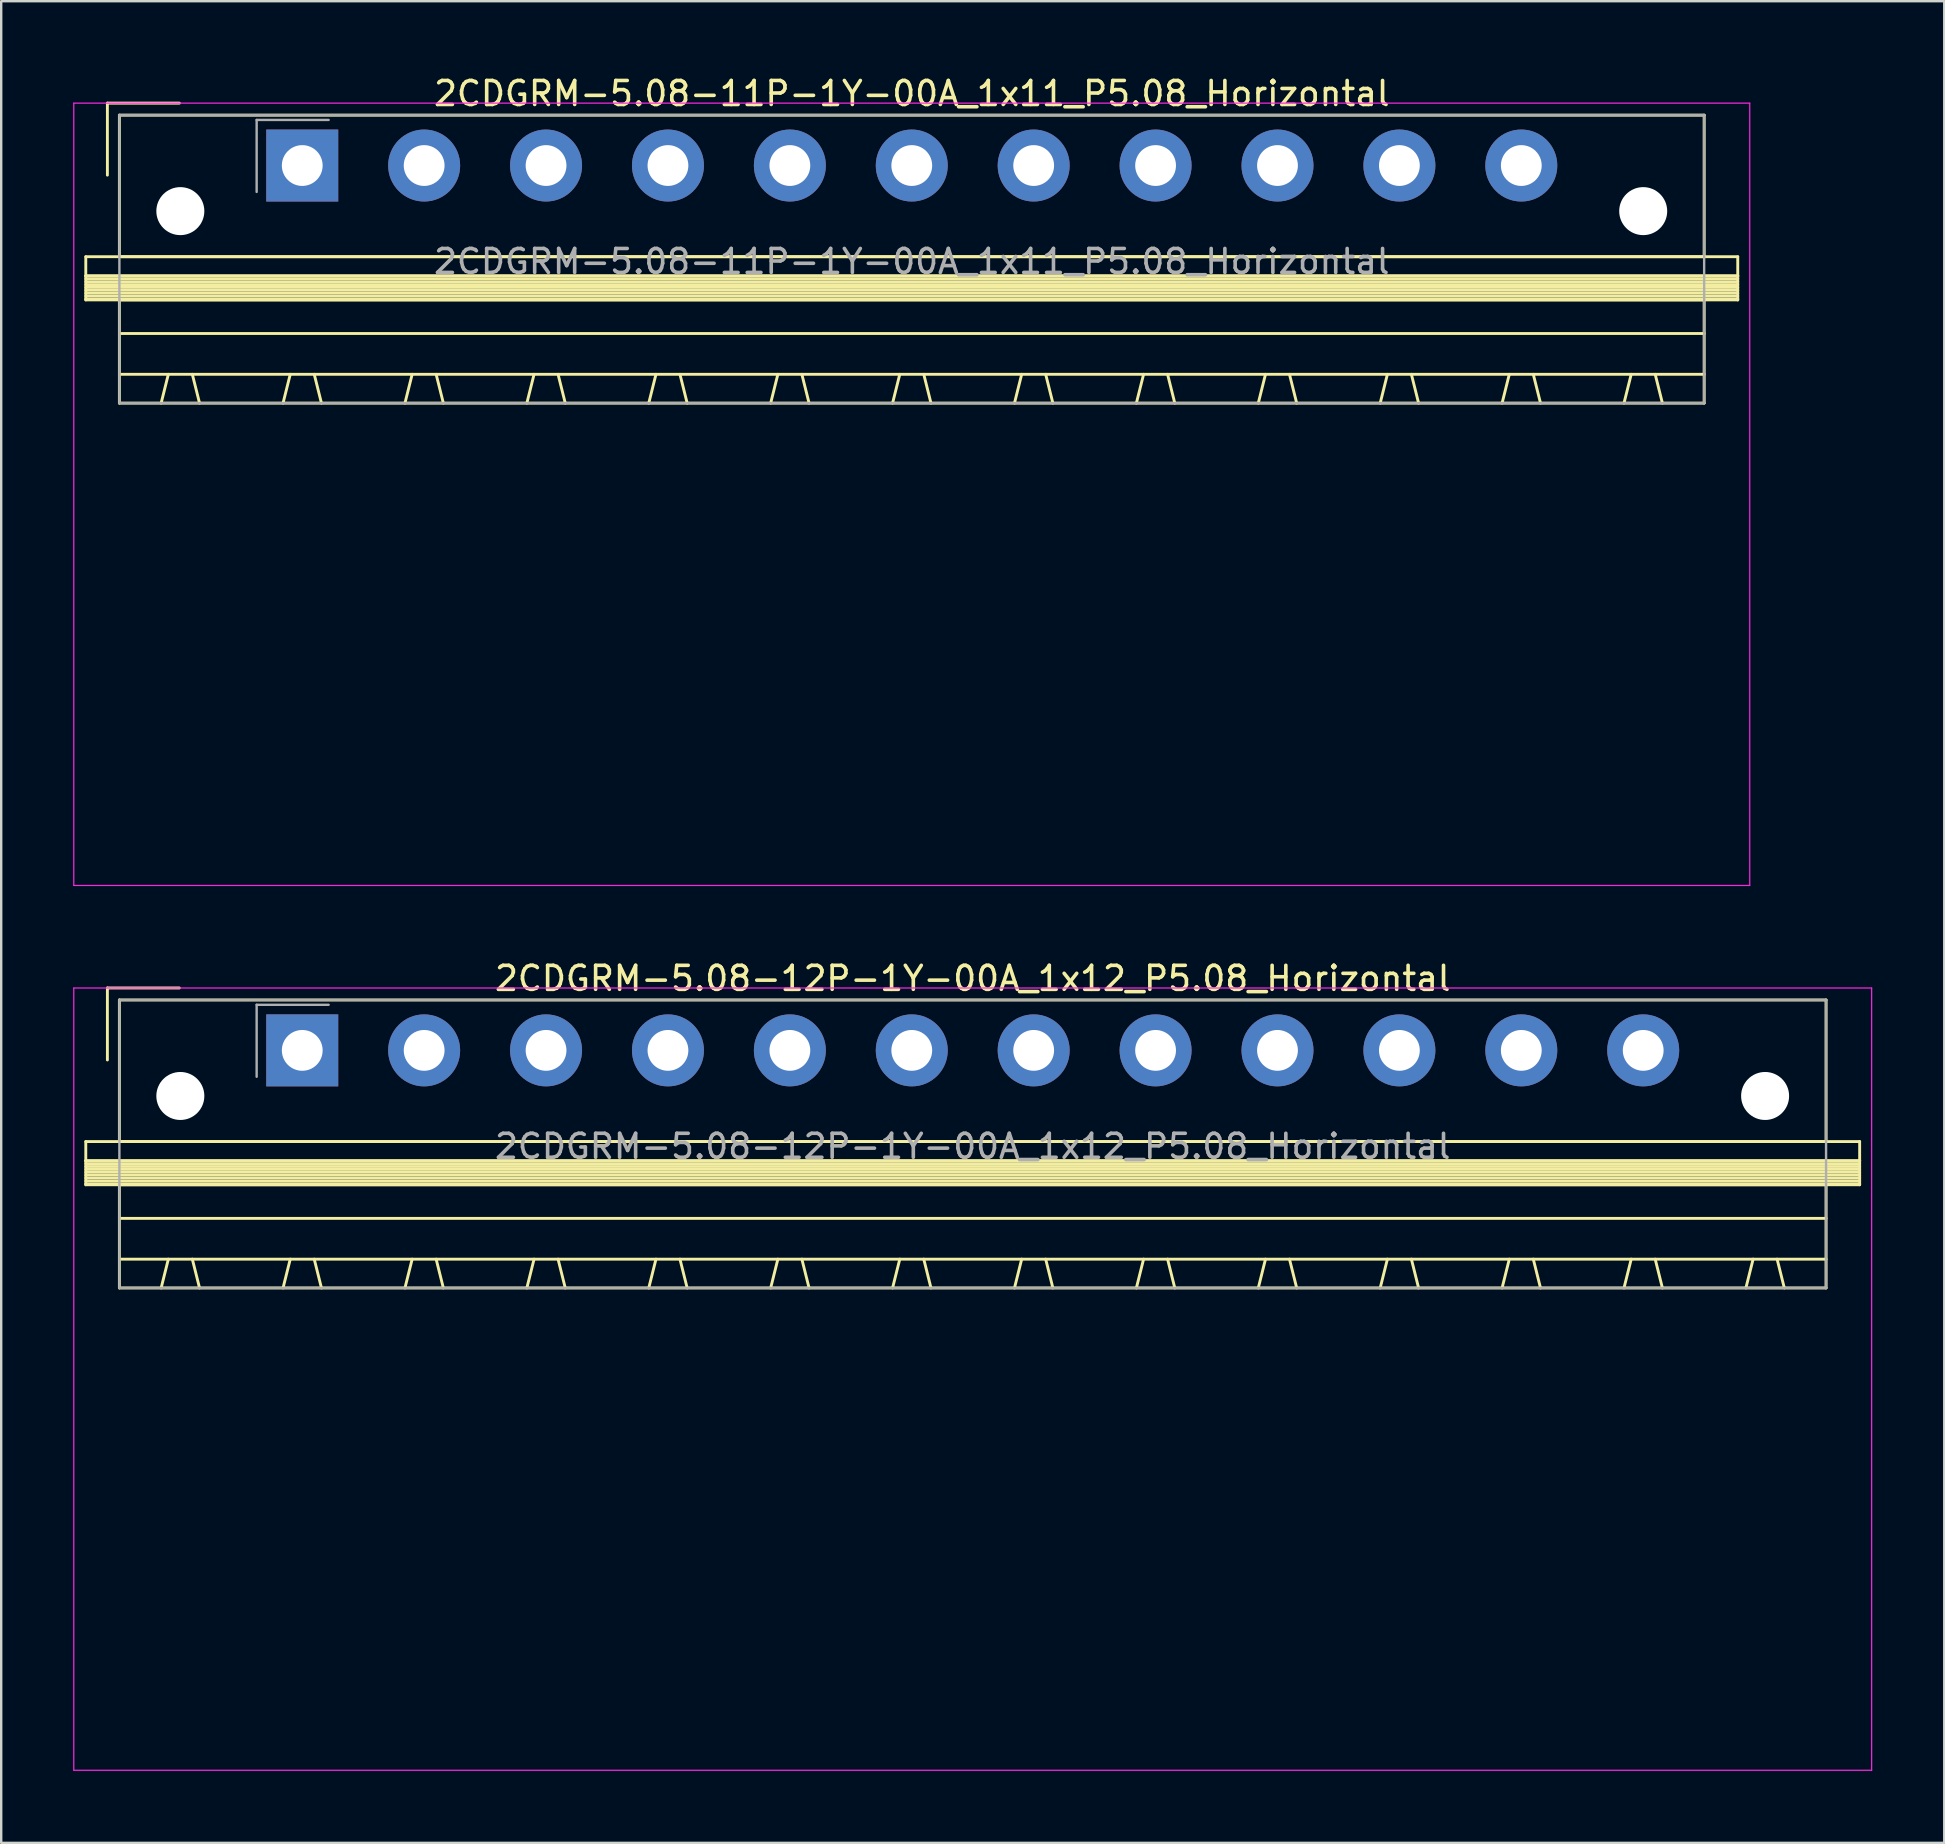
<source format=kicad_pcb>
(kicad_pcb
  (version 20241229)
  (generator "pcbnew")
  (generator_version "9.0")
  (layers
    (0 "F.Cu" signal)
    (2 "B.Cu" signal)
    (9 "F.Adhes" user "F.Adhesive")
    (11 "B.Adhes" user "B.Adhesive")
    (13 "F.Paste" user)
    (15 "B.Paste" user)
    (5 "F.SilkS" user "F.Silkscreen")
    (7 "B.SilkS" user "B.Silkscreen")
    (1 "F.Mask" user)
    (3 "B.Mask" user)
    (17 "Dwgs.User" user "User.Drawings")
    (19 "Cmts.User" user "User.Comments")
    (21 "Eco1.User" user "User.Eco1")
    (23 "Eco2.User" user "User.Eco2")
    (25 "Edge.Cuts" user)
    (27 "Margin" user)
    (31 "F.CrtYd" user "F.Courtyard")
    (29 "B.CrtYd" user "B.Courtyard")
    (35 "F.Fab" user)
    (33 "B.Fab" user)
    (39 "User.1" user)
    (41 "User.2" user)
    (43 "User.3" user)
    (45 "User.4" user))
  (footprint "2CDGRM-5.08-11P-1Y-00A_1x11_P5.08_Horizontal"
    (layer "F.Cu")
    (at 9.545 3.848)
    (property "Reference" "2CDGRM-5.08-11P-1Y-00A_1x11_P5.08_Horizontal" (at 25.4 -3 0) (layer "F.SilkS") (effects (font (size 1 1) (thickness 0.15))))
    (attr through_hole)
    (fp_line (start -9.02 3.8) (end -9.02 4.6) (stroke (width 0.12) (type solid)) (layer "F.SilkS"))
    (fp_line (start -9.02 4.6) (end -9.02 5.6) (stroke (width 0.12) (type solid)) (layer "F.SilkS"))
    (fp_line (start -9.02 4.6) (end 59.82 4.6) (stroke (width 0.12) (type solid)) (layer "F.SilkS"))
    (fp_line (start -9.02 4.72) (end 59.82 4.72) (stroke (width 0.12) (type solid)) (layer "F.SilkS"))
    (fp_line (start -9.02 4.84) (end 59.82 4.84) (stroke (width 0.12) (type solid)) (layer "F.SilkS"))
    (fp_line (start -9.02 4.96) (end 59.82 4.96) (stroke (width 0.12) (type solid)) (layer "F.SilkS"))
    (fp_line (start -9.02 5.08) (end 59.82 5.08) (stroke (width 0.12) (type solid)) (layer "F.SilkS"))
    (fp_line (start -9.02 5.2) (end 59.82 5.2) (stroke (width 0.12) (type solid)) (layer "F.SilkS"))
    (fp_line (start -9.02 5.32) (end 59.82 5.32) (stroke (width 0.12) (type solid)) (layer "F.SilkS"))
    (fp_line (start -9.02 5.44) (end 59.82 5.44) (stroke (width 0.12) (type solid)) (layer "F.SilkS"))
    (fp_line (start -9.02 5.56) (end 59.82 5.56) (stroke (width 0.12) (type solid)) (layer "F.SilkS"))
    (fp_line (start -9.02 5.6) (end 59.82 5.6) (stroke (width 0.12) (type solid)) (layer "F.SilkS"))
    (fp_line (start -8.12 -2.6) (end -8.12 0.4) (stroke (width 0.12) (type solid)) (layer "F.SilkS"))
    (fp_line (start -8.12 -2.6) (end -5.12 -2.6) (stroke (width 0.12) (type solid)) (layer "F.SilkS"))
    (fp_line (start -7.62 -2.1) (end -7.62 3.8) (stroke (width 0.12) (type solid)) (layer "F.SilkS"))
    (fp_line (start -7.62 3.8) (end 58.42 3.8) (stroke (width 0.12) (type solid)) (layer "F.SilkS"))
    (fp_line (start -7.62 5.6) (end -7.62 9.9) (stroke (width 0.12) (type solid)) (layer "F.SilkS"))
    (fp_line (start -7.62 7) (end 58.42 7) (stroke (width 0.12) (type solid)) (layer "F.SilkS"))
    (fp_line (start -7.62 8.7) (end 58.42 8.7) (stroke (width 0.12) (type solid)) (layer "F.SilkS"))
    (fp_line (start -7.62 9.9) (end 58.42 9.9) (stroke (width 0.12) (type solid)) (layer "F.SilkS"))
    (fp_line (start -5.58 8.7) (end -5.88 9.9) (stroke (width 0.12) (type solid)) (layer "F.SilkS"))
    (fp_line (start -4.58 8.7) (end -4.28 9.9) (stroke (width 0.12) (type solid)) (layer "F.SilkS"))
    (fp_line (start -0.5 8.7) (end -0.8 9.9) (stroke (width 0.12) (type solid)) (layer "F.SilkS"))
    (fp_line (start 0.5 8.7) (end 0.8 9.9) (stroke (width 0.12) (type solid)) (layer "F.SilkS"))
    (fp_line (start 4.58 8.7) (end 4.28 9.9) (stroke (width 0.12) (type solid)) (layer "F.SilkS"))
    (fp_line (start 5.58 8.7) (end 5.88 9.9) (stroke (width 0.12) (type solid)) (layer "F.SilkS"))
    (fp_line (start 9.66 8.7) (end 9.36 9.9) (stroke (width 0.12) (type solid)) (layer "F.SilkS"))
    (fp_line (start 10.66 8.7) (end 10.96 9.9) (stroke (width 0.12) (type solid)) (layer "F.SilkS"))
    (fp_line (start 14.74 8.7) (end 14.44 9.9) (stroke (width 0.12) (type solid)) (layer "F.SilkS"))
    (fp_line (start 15.74 8.7) (end 16.04 9.9) (stroke (width 0.12) (type solid)) (layer "F.SilkS"))
    (fp_line (start 19.82 8.7) (end 19.52 9.9) (stroke (width 0.12) (type solid)) (layer "F.SilkS"))
    (fp_line (start 20.82 8.7) (end 21.12 9.9) (stroke (width 0.12) (type solid)) (layer "F.SilkS"))
    (fp_line (start 24.9 8.7) (end 24.6 9.9) (stroke (width 0.12) (type solid)) (layer "F.SilkS"))
    (fp_line (start 25.9 8.7) (end 26.2 9.9) (stroke (width 0.12) (type solid)) (layer "F.SilkS"))
    (fp_line (start 29.98 8.7) (end 29.68 9.9) (stroke (width 0.12) (type solid)) (layer "F.SilkS"))
    (fp_line (start 30.98 8.7) (end 31.28 9.9) (stroke (width 0.12) (type solid)) (layer "F.SilkS"))
    (fp_line (start 35.06 8.7) (end 34.76 9.9) (stroke (width 0.12) (type solid)) (layer "F.SilkS"))
    (fp_line (start 36.06 8.7) (end 36.36 9.9) (stroke (width 0.12) (type solid)) (layer "F.SilkS"))
    (fp_line (start 40.14 8.7) (end 39.84 9.9) (stroke (width 0.12) (type solid)) (layer "F.SilkS"))
    (fp_line (start 41.14 8.7) (end 41.44 9.9) (stroke (width 0.12) (type solid)) (layer "F.SilkS"))
    (fp_line (start 45.22 8.7) (end 44.92 9.9) (stroke (width 0.12) (type solid)) (layer "F.SilkS"))
    (fp_line (start 46.22 8.7) (end 46.52 9.9) (stroke (width 0.12) (type solid)) (layer "F.SilkS"))
    (fp_line (start 50.3 8.7) (end 50 9.9) (stroke (width 0.12) (type solid)) (layer "F.SilkS"))
    (fp_line (start 51.3 8.7) (end 51.6 9.9) (stroke (width 0.12) (type solid)) (layer "F.SilkS"))
    (fp_line (start 55.38 8.7) (end 55.08 9.9) (stroke (width 0.12) (type solid)) (layer "F.SilkS"))
    (fp_line (start 56.38 8.7) (end 56.68 9.9) (stroke (width 0.12) (type solid)) (layer "F.SilkS"))
    (fp_line (start 58.42 -2.1) (end -7.62 -2.1) (stroke (width 0.12) (type solid)) (layer "F.SilkS"))
    (fp_line (start 58.42 3.8) (end 58.42 -2.1) (stroke (width 0.12) (type solid)) (layer "F.SilkS"))
    (fp_line (start 58.42 5.6) (end -7.62 5.6) (stroke (width 0.12) (type solid)) (layer "F.SilkS"))
    (fp_line (start 58.42 9.9) (end 58.42 5.6) (stroke (width 0.12) (type solid)) (layer "F.SilkS"))
    (fp_line (start 59.82 3.8) (end -9.02 3.8) (stroke (width 0.12) (type solid)) (layer "F.SilkS"))
    (fp_line (start 59.82 4.6) (end -9.02 4.6) (stroke (width 0.12) (type solid)) (layer "F.SilkS"))
    (fp_line (start 59.82 4.6) (end 59.82 3.8) (stroke (width 0.12) (type solid)) (layer "F.SilkS"))
    (fp_line (start 59.82 5.6) (end 59.82 4.6) (stroke (width 0.12) (type solid)) (layer "F.SilkS"))
    (fp_line (start -9.52 -2.6) (end -9.52 30) (stroke (width 0.05) (type solid)) (layer "F.CrtYd"))
    (fp_line (start -9.52 30) (end 60.32 30) (stroke (width 0.05) (type solid)) (layer "F.CrtYd"))
    (fp_line (start 60.32 -2.6) (end -9.52 -2.6) (stroke (width 0.05) (type solid)) (layer "F.CrtYd"))
    (fp_line (start 60.32 30) (end 60.32 -2.6) (stroke (width 0.05) (type solid)) (layer "F.CrtYd"))
    (fp_line (start -7.62 -2.1) (end -7.62 9.9) (stroke (width 0.1) (type solid)) (layer "F.Fab"))
    (fp_line (start -7.62 9.9) (end 58.42 9.9) (stroke (width 0.1) (type solid)) (layer "F.Fab"))
    (fp_line (start -1.9 -1.9) (end -1.9 1.1) (stroke (width 0.1) (type solid)) (layer "F.Fab"))
    (fp_line (start -1.9 -1.9) (end 1.1 -1.9) (stroke (width 0.1) (type solid)) (layer "F.Fab"))
    (fp_line (start 58.42 -2.1) (end -7.62 -2.1) (stroke (width 0.1) (type solid)) (layer "F.Fab"))
    (fp_line (start 58.42 9.9) (end 58.42 -2.1) (stroke (width 0.1) (type solid)) (layer "F.Fab"))
    (fp_text user "${REFERENCE}" (at 25.4 4 0) (layer "F.Fab") (effects (font (size 1 1) (thickness 0.15))))
    (pad "" np_thru_hole circle (at -5.08 1.9) (size 2 2) (drill 2) (layers "*.Cu" "*.Mask"))
    (pad "" np_thru_hole circle (at 55.88 1.9) (size 2 2) (drill 2) (layers "*.Cu" "*.Mask"))
    (pad "1" thru_hole rect (at 0 0) (size 3 3) (drill 1.7) (layers "*.Cu" "*.Mask"))
    (pad "2" thru_hole circle (at 5.08 0) (size 3 3) (drill 1.7) (layers "*.Cu" "*.Mask"))
    (pad "3" thru_hole circle (at 10.16 0) (size 3 3) (drill 1.7) (layers "*.Cu" "*.Mask"))
    (pad "4" thru_hole circle (at 15.24 0) (size 3 3) (drill 1.7) (layers "*.Cu" "*.Mask"))
    (pad "5" thru_hole circle (at 20.32 0) (size 3 3) (drill 1.7) (layers "*.Cu" "*.Mask"))
    (pad "6" thru_hole circle (at 25.4 0) (size 3 3) (drill 1.7) (layers "*.Cu" "*.Mask"))
    (pad "7" thru_hole circle (at 30.48 0) (size 3 3) (drill 1.7) (layers "*.Cu" "*.Mask"))
    (pad "8" thru_hole circle (at 35.56 0) (size 3 3) (drill 1.7) (layers "*.Cu" "*.Mask"))
    (pad "9" thru_hole circle (at 40.64 0) (size 3 3) (drill 1.7) (layers "*.Cu" "*.Mask"))
    (pad "10" thru_hole circle (at 45.72 0) (size 3 3) (drill 1.7) (layers "*.Cu" "*.Mask"))
    (pad "11" thru_hole circle (at 50.8 0) (size 3 3) (drill 1.7) (layers "*.Cu" "*.Mask")))
  (footprint "2CDGRM-5.08-12P-1Y-00A_1x12_P5.08_Horizontal"
    (layer "F.Cu")
    (at 9.545 40.721)
    (property "Reference" "2CDGRM-5.08-12P-1Y-00A_1x12_P5.08_Horizontal" (at 27.94 -3 0) (layer "F.SilkS") (effects (font (size 1 1) (thickness 0.15))))
    (attr through_hole)
    (fp_line (start -9.02 3.8) (end -9.02 4.6) (stroke (width 0.12) (type solid)) (layer "F.SilkS"))
    (fp_line (start -9.02 4.6) (end -9.02 5.6) (stroke (width 0.12) (type solid)) (layer "F.SilkS"))
    (fp_line (start -9.02 4.6) (end 64.9 4.6) (stroke (width 0.12) (type solid)) (layer "F.SilkS"))
    (fp_line (start -9.02 4.72) (end 64.9 4.72) (stroke (width 0.12) (type solid)) (layer "F.SilkS"))
    (fp_line (start -9.02 4.84) (end 64.9 4.84) (stroke (width 0.12) (type solid)) (layer "F.SilkS"))
    (fp_line (start -9.02 4.96) (end 64.9 4.96) (stroke (width 0.12) (type solid)) (layer "F.SilkS"))
    (fp_line (start -9.02 5.08) (end 64.9 5.08) (stroke (width 0.12) (type solid)) (layer "F.SilkS"))
    (fp_line (start -9.02 5.2) (end 64.9 5.2) (stroke (width 0.12) (type solid)) (layer "F.SilkS"))
    (fp_line (start -9.02 5.32) (end 64.9 5.32) (stroke (width 0.12) (type solid)) (layer "F.SilkS"))
    (fp_line (start -9.02 5.44) (end 64.9 5.44) (stroke (width 0.12) (type solid)) (layer "F.SilkS"))
    (fp_line (start -9.02 5.56) (end 64.9 5.56) (stroke (width 0.12) (type solid)) (layer "F.SilkS"))
    (fp_line (start -9.02 5.6) (end 64.9 5.6) (stroke (width 0.12) (type solid)) (layer "F.SilkS"))
    (fp_line (start -8.12 -2.6) (end -8.12 0.4) (stroke (width 0.12) (type solid)) (layer "F.SilkS"))
    (fp_line (start -8.12 -2.6) (end -5.12 -2.6) (stroke (width 0.12) (type solid)) (layer "F.SilkS"))
    (fp_line (start -7.62 -2.1) (end -7.62 3.8) (stroke (width 0.12) (type solid)) (layer "F.SilkS"))
    (fp_line (start -7.62 3.8) (end 63.5 3.8) (stroke (width 0.12) (type solid)) (layer "F.SilkS"))
    (fp_line (start -7.62 5.6) (end -7.62 9.9) (stroke (width 0.12) (type solid)) (layer "F.SilkS"))
    (fp_line (start -7.62 7) (end 63.5 7) (stroke (width 0.12) (type solid)) (layer "F.SilkS"))
    (fp_line (start -7.62 8.7) (end 63.5 8.7) (stroke (width 0.12) (type solid)) (layer "F.SilkS"))
    (fp_line (start -7.62 9.9) (end 63.5 9.9) (stroke (width 0.12) (type solid)) (layer "F.SilkS"))
    (fp_line (start -5.58 8.7) (end -5.88 9.9) (stroke (width 0.12) (type solid)) (layer "F.SilkS"))
    (fp_line (start -4.58 8.7) (end -4.28 9.9) (stroke (width 0.12) (type solid)) (layer "F.SilkS"))
    (fp_line (start -0.5 8.7) (end -0.8 9.9) (stroke (width 0.12) (type solid)) (layer "F.SilkS"))
    (fp_line (start 0.5 8.7) (end 0.8 9.9) (stroke (width 0.12) (type solid)) (layer "F.SilkS"))
    (fp_line (start 4.58 8.7) (end 4.28 9.9) (stroke (width 0.12) (type solid)) (layer "F.SilkS"))
    (fp_line (start 5.58 8.7) (end 5.88 9.9) (stroke (width 0.12) (type solid)) (layer "F.SilkS"))
    (fp_line (start 9.66 8.7) (end 9.36 9.9) (stroke (width 0.12) (type solid)) (layer "F.SilkS"))
    (fp_line (start 10.66 8.7) (end 10.96 9.9) (stroke (width 0.12) (type solid)) (layer "F.SilkS"))
    (fp_line (start 14.74 8.7) (end 14.44 9.9) (stroke (width 0.12) (type solid)) (layer "F.SilkS"))
    (fp_line (start 15.74 8.7) (end 16.04 9.9) (stroke (width 0.12) (type solid)) (layer "F.SilkS"))
    (fp_line (start 19.82 8.7) (end 19.52 9.9) (stroke (width 0.12) (type solid)) (layer "F.SilkS"))
    (fp_line (start 20.82 8.7) (end 21.12 9.9) (stroke (width 0.12) (type solid)) (layer "F.SilkS"))
    (fp_line (start 24.9 8.7) (end 24.6 9.9) (stroke (width 0.12) (type solid)) (layer "F.SilkS"))
    (fp_line (start 25.9 8.7) (end 26.2 9.9) (stroke (width 0.12) (type solid)) (layer "F.SilkS"))
    (fp_line (start 29.98 8.7) (end 29.68 9.9) (stroke (width 0.12) (type solid)) (layer "F.SilkS"))
    (fp_line (start 30.98 8.7) (end 31.28 9.9) (stroke (width 0.12) (type solid)) (layer "F.SilkS"))
    (fp_line (start 35.06 8.7) (end 34.76 9.9) (stroke (width 0.12) (type solid)) (layer "F.SilkS"))
    (fp_line (start 36.06 8.7) (end 36.36 9.9) (stroke (width 0.12) (type solid)) (layer "F.SilkS"))
    (fp_line (start 40.14 8.7) (end 39.84 9.9) (stroke (width 0.12) (type solid)) (layer "F.SilkS"))
    (fp_line (start 41.14 8.7) (end 41.44 9.9) (stroke (width 0.12) (type solid)) (layer "F.SilkS"))
    (fp_line (start 45.22 8.7) (end 44.92 9.9) (stroke (width 0.12) (type solid)) (layer "F.SilkS"))
    (fp_line (start 46.22 8.7) (end 46.52 9.9) (stroke (width 0.12) (type solid)) (layer "F.SilkS"))
    (fp_line (start 50.3 8.7) (end 50 9.9) (stroke (width 0.12) (type solid)) (layer "F.SilkS"))
    (fp_line (start 51.3 8.7) (end 51.6 9.9) (stroke (width 0.12) (type solid)) (layer "F.SilkS"))
    (fp_line (start 55.38 8.7) (end 55.08 9.9) (stroke (width 0.12) (type solid)) (layer "F.SilkS"))
    (fp_line (start 56.38 8.7) (end 56.68 9.9) (stroke (width 0.12) (type solid)) (layer "F.SilkS"))
    (fp_line (start 60.46 8.7) (end 60.16 9.9) (stroke (width 0.12) (type solid)) (layer "F.SilkS"))
    (fp_line (start 61.46 8.7) (end 61.76 9.9) (stroke (width 0.12) (type solid)) (layer "F.SilkS"))
    (fp_line (start 63.5 -2.1) (end -7.62 -2.1) (stroke (width 0.12) (type solid)) (layer "F.SilkS"))
    (fp_line (start 63.5 3.8) (end 63.5 -2.1) (stroke (width 0.12) (type solid)) (layer "F.SilkS"))
    (fp_line (start 63.5 5.6) (end -7.62 5.6) (stroke (width 0.12) (type solid)) (layer "F.SilkS"))
    (fp_line (start 63.5 9.9) (end 63.5 5.6) (stroke (width 0.12) (type solid)) (layer "F.SilkS"))
    (fp_line (start 64.9 3.8) (end -9.02 3.8) (stroke (width 0.12) (type solid)) (layer "F.SilkS"))
    (fp_line (start 64.9 4.6) (end -9.02 4.6) (stroke (width 0.12) (type solid)) (layer "F.SilkS"))
    (fp_line (start 64.9 4.6) (end 64.9 3.8) (stroke (width 0.12) (type solid)) (layer "F.SilkS"))
    (fp_line (start 64.9 5.6) (end 64.9 4.6) (stroke (width 0.12) (type solid)) (layer "F.SilkS"))
    (fp_line (start -9.52 -2.6) (end -9.52 30) (stroke (width 0.05) (type solid)) (layer "F.CrtYd"))
    (fp_line (start -9.52 30) (end 65.4 30) (stroke (width 0.05) (type solid)) (layer "F.CrtYd"))
    (fp_line (start 65.4 -2.6) (end -9.52 -2.6) (stroke (width 0.05) (type solid)) (layer "F.CrtYd"))
    (fp_line (start 65.4 30) (end 65.4 -2.6) (stroke (width 0.05) (type solid)) (layer "F.CrtYd"))
    (fp_line (start -7.62 -2.1) (end -7.62 9.9) (stroke (width 0.1) (type solid)) (layer "F.Fab"))
    (fp_line (start -7.62 9.9) (end 63.5 9.9) (stroke (width 0.1) (type solid)) (layer "F.Fab"))
    (fp_line (start -1.9 -1.9) (end -1.9 1.1) (stroke (width 0.1) (type solid)) (layer "F.Fab"))
    (fp_line (start -1.9 -1.9) (end 1.1 -1.9) (stroke (width 0.1) (type solid)) (layer "F.Fab"))
    (fp_line (start 63.5 -2.1) (end -7.62 -2.1) (stroke (width 0.1) (type solid)) (layer "F.Fab"))
    (fp_line (start 63.5 9.9) (end 63.5 -2.1) (stroke (width 0.1) (type solid)) (layer "F.Fab"))
    (fp_text user "${REFERENCE}" (at 27.94 4 0) (layer "F.Fab") (effects (font (size 1 1) (thickness 0.15))))
    (pad "" np_thru_hole circle (at -5.08 1.9) (size 2 2) (drill 2) (layers "*.Cu" "*.Mask"))
    (pad "" np_thru_hole circle (at 60.96 1.9) (size 2 2) (drill 2) (layers "*.Cu" "*.Mask"))
    (pad "1" thru_hole rect (at 0 0) (size 3 3) (drill 1.7) (layers "*.Cu" "*.Mask"))
    (pad "2" thru_hole circle (at 5.08 0) (size 3 3) (drill 1.7) (layers "*.Cu" "*.Mask"))
    (pad "3" thru_hole circle (at 10.16 0) (size 3 3) (drill 1.7) (layers "*.Cu" "*.Mask"))
    (pad "4" thru_hole circle (at 15.24 0) (size 3 3) (drill 1.7) (layers "*.Cu" "*.Mask"))
    (pad "5" thru_hole circle (at 20.32 0) (size 3 3) (drill 1.7) (layers "*.Cu" "*.Mask"))
    (pad "6" thru_hole circle (at 25.4 0) (size 3 3) (drill 1.7) (layers "*.Cu" "*.Mask"))
    (pad "7" thru_hole circle (at 30.48 0) (size 3 3) (drill 1.7) (layers "*.Cu" "*.Mask"))
    (pad "8" thru_hole circle (at 35.56 0) (size 3 3) (drill 1.7) (layers "*.Cu" "*.Mask"))
    (pad "9" thru_hole circle (at 40.64 0) (size 3 3) (drill 1.7) (layers "*.Cu" "*.Mask"))
    (pad "10" thru_hole circle (at 45.72 0) (size 3 3) (drill 1.7) (layers "*.Cu" "*.Mask"))
    (pad "11" thru_hole circle (at 50.8 0) (size 3 3) (drill 1.7) (layers "*.Cu" "*.Mask"))
    (pad "12" thru_hole circle (at 55.88 0) (size 3 3) (drill 1.7) (layers "*.Cu" "*.Mask")))
  (gr_rect
    (start -3 -3)
    (end 77.97 73.746)
    (stroke (width 0.1) (type default))
    (fill no)
    (layer "Edge.Cuts")))
</source>
